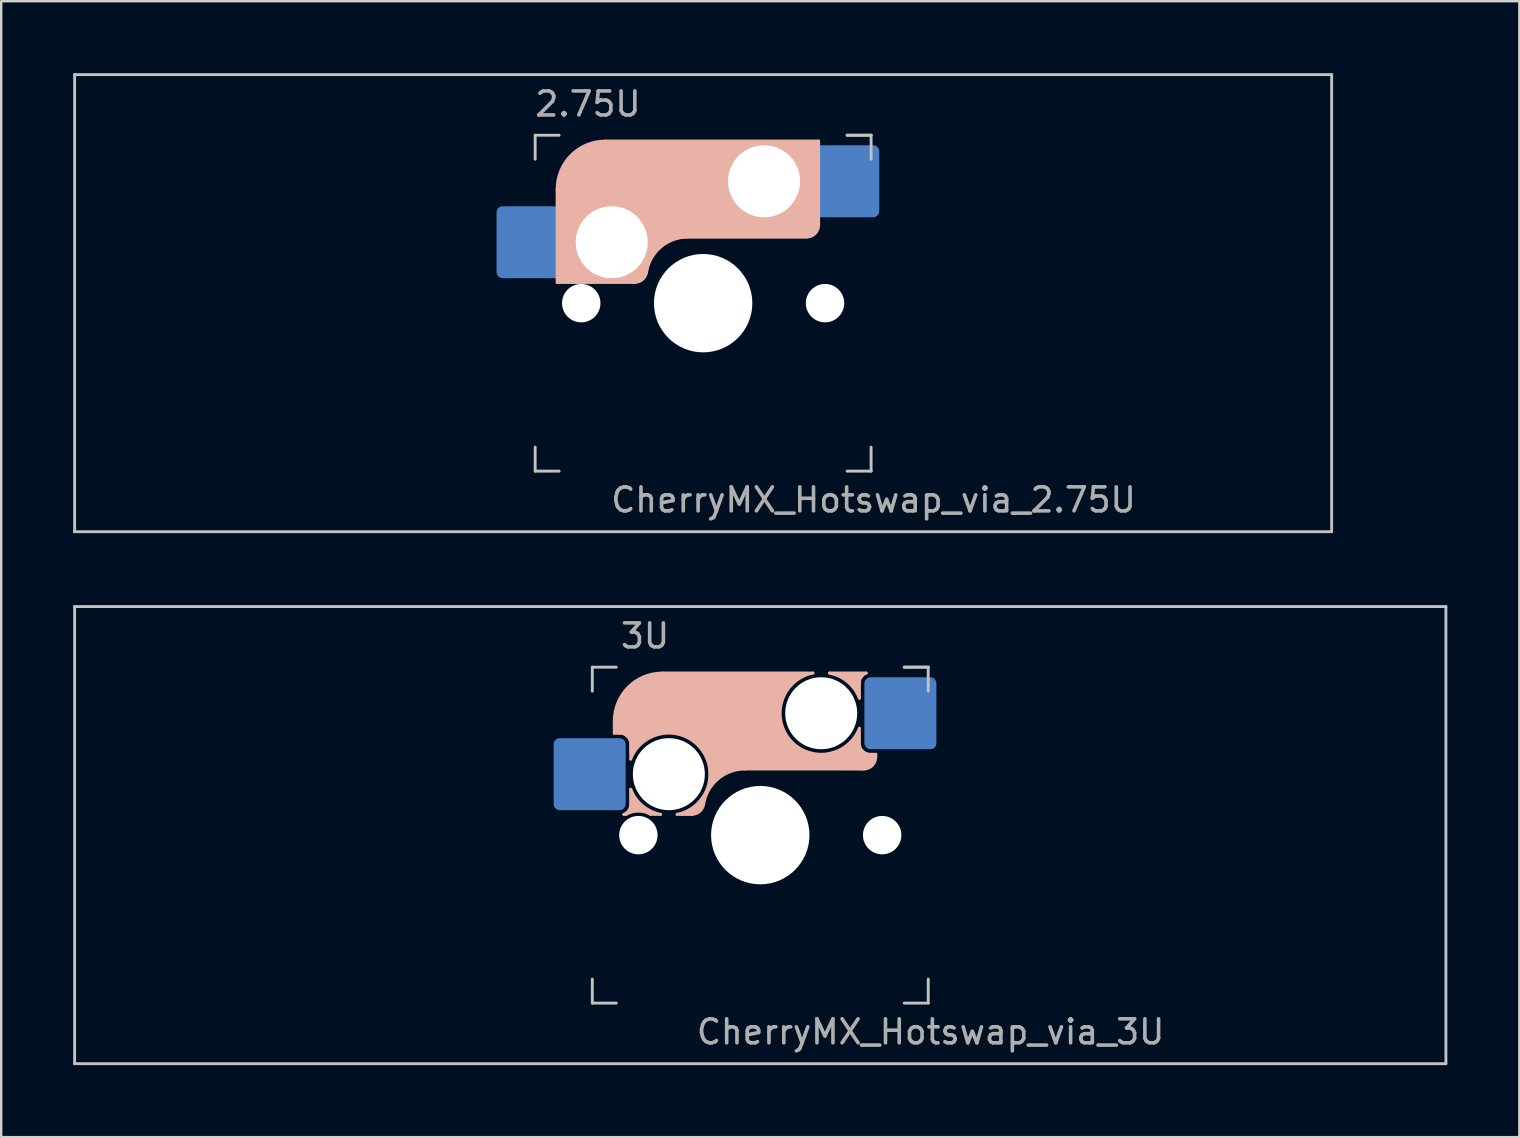
<source format=kicad_pcb>
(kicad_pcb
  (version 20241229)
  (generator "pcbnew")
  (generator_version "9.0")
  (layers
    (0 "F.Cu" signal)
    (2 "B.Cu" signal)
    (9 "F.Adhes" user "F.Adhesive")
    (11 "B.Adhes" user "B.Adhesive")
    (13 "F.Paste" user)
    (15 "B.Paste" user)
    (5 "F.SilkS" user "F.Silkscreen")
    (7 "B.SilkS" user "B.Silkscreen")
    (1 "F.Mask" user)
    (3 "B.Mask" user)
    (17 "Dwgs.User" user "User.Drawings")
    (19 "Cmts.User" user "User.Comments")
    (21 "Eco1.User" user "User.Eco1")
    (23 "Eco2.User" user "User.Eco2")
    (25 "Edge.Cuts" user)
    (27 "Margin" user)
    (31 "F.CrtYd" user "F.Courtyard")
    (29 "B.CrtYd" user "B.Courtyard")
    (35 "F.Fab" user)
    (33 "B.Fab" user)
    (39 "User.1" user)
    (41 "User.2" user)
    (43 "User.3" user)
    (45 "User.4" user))
  (footprint "CherryMX_Hotswap_via_3U"
    (layer "F.Cu")
    (at 28.635 31.755)
    (property "Reference" "CherryMX_Hotswap_via_3U" (at 7.1 8.2 0) (layer "F.Fab") (effects (font (size 1 1) (thickness 0.15))))
    (attr through_hole)
    (fp_line (start -6.085 -4.25) (end -6.085 -4.755) (stroke (width 0.12) (type solid)) (layer "B.SilkS"))
    (fp_line (start -6.085 -4.25) (end -5.859 -4.25) (stroke (width 0.12) (type solid)) (layer "B.SilkS"))
    (fp_line (start -5.683 -0.865) (end -5.588 -0.865) (stroke (width 0.12) (type solid)) (layer "B.SilkS"))
    (fp_line (start -5.4 -3.791) (end -5.4 -3.169) (stroke (width 0.12) (type solid)) (layer "B.SilkS"))
    (fp_line (start -5.4 -1.911) (end -5.4 -1.289) (stroke (width 0.12) (type solid)) (layer "B.SilkS"))
    (fp_line (start -4.154 -0.865) (end -4.572 -0.865) (stroke (width 0.12) (type solid)) (layer "B.SilkS"))
    (fp_line (start -4.085 -6.755) (end 2.196 -6.755) (stroke (width 0.12) (type solid)) (layer "B.SilkS"))
    (fp_line (start -2.852 -0.865) (end -3.466 -0.865) (stroke (width 0.12) (type solid)) (layer "B.SilkS"))
    (fp_line (start -0.635 -2.755) (end 4.315 -2.755) (stroke (width 0.12) (type solid)) (layer "B.SilkS"))
    (fp_line (start 4.13 -5.709) (end 4.13 -6.331) (stroke (width 0.12) (type solid)) (layer "B.SilkS"))
    (fp_line (start 4.13 -3.829) (end 4.13 -4.451) (stroke (width 0.12) (type solid)) (layer "B.SilkS"))
    (fp_line (start 4.413 -6.755) (end 2.884 -6.755) (stroke (width 0.12) (type solid)) (layer "B.SilkS"))
    (fp_line (start 4.6 -3.37) (end 4.815 -3.37) (stroke (width 0.12) (type solid)) (layer "B.SilkS"))
    (fp_line (start 4.815 -3.37) (end 4.815 -3.255) (stroke (width 0.12) (type solid)) (layer "B.SilkS"))
    (fp_arc (start -6.085 -4.755) (mid -5.499214 -6.169214) (end -4.085 -6.755) (stroke (width 0.12) (type solid)) (layer "B.SilkS"))
    (fp_arc (start -5.859 -4.25) (mid -5.534438 -4.115562) (end -5.4 -3.791) (stroke (width 0.12) (type solid)) (layer "B.SilkS"))
    (fp_arc (start -5.588109 -0.865) (mid -5.08 -1.003195) (end -4.571891 -0.865) (stroke (width 0.12) (type solid)) (layer "B.SilkS"))
    (fp_arc (start -5.4 -3.169286) (mid -2.500253 -3.639392) (end -3.465799 -0.865) (stroke (width 0.12) (type solid)) (layer "B.SilkS"))
    (fp_arc (start -5.4 -1.289) (mid -5.477311 -1.034059) (end -5.683202 -0.865) (stroke (width 0.12) (type solid)) (layer "B.SilkS"))
    (fp_arc (start -4.154201 -0.865) (mid -4.909392 -1.230253) (end -5.4 -1.910715) (stroke (width 0.12) (type solid)) (layer "B.SilkS"))
    (fp_arc (start -2.360959 -1.278326) (mid -1.770727 -2.335454) (end -0.635 -2.755) (stroke (width 0.12) (type solid)) (layer "B.SilkS"))
    (fp_arc (start -2.36 -1.278176) (mid -2.53101 -0.981978) (end -2.852404 -0.865) (stroke (width 0.12) (type solid)) (layer "B.SilkS"))
    (fp_arc (start 2.884201 -6.755) (mid 3.639392 -6.389747) (end 4.13 -5.709285) (stroke (width 0.12) (type solid)) (layer "B.SilkS"))
    (fp_arc (start 4.13 -6.331) (mid 4.207311 -6.585941) (end 4.413202 -6.755) (stroke (width 0.12) (type solid)) (layer "B.SilkS"))
    (fp_arc (start 4.13 -4.450718) (mid 1.230256 -3.980607) (end 2.195798 -6.754999) (stroke (width 0.12) (type solid)) (layer "B.SilkS"))
    (fp_arc (start 4.589 -3.37) (mid 4.264438 -3.504438) (end 4.13 -3.829) (stroke (width 0.12) (type solid)) (layer "B.SilkS"))
    (fp_arc (start 4.815 -3.255) (mid 4.668553 -2.901447) (end 4.315 -2.755) (stroke (width 0.12) (type solid)) (layer "B.SilkS"))
    (fp_poly (pts (xy -5.1 -1.3) (xy -5.4 -1.911) (xy -5.4 -1.289) (xy -5.4 -1) (xy -4.9 -1.003) (xy -4.363 -0.865)) (stroke (width 0.1) (type solid)) (fill yes) (layer "B.SilkS"))
    (fp_poly (pts (xy -3.3 -0.865) (xy -2.852 -0.865) (xy -2.531 -0.982) (xy -2.355 -1.314) (xy -2.355 -1.6) (xy -2.8 -1.1)) (stroke (width 0.1) (type solid)) (fill yes) (layer "B.SilkS"))
    (fp_poly (pts (xy 2.884 -6.755) (xy 4.413 -6.755) (xy 4.3 -6.7) (xy 4.13 -6.5) (xy 4.13 -5.709) (xy 4 -6.1) (xy 3.8 -6.3) (xy 3.4 -6.6)) (stroke (width 0.1) (type solid)) (fill yes) (layer "B.SilkS"))
    (fp_poly (pts (xy -4.085 -6.755) (xy -4.9 -6.5) (xy -5.499 -6.169) (xy -5.9 -5.4) (xy -6.085 -4.503) (xy -6.085 -4.25) (xy -5.7 -4.25) (xy -5.4 -4) (xy -5.4 -3.4) (xy -4.7 -4.1) (xy -3.9 -4.3) (xy -3.1 -4.2) (xy -2.6 -3.8) (xy -2.1 -3.1) (xy -2.1 -2.1) (xy -1.4 -2.7) (xy -0.9 -2.8) (xy 4.315 -2.755) (xy 4.7 -3) (xy 4.815 -3.37) (xy 4.3 -3.37) (xy 4.13 -3.6) (xy 4.13 -4.3) (xy 3.6 -3.6) (xy 2.5 -3.3) (xy 1.5 -3.6) (xy 0.9 -4.3) (xy 0.8 -5) (xy 0.8 -5.45) (xy 1 -6) (xy 1.5 -6.5) (xy 2 -6.755)) (stroke (width 0.1) (type solid)) (fill yes) (layer "B.SilkS"))
    (fp_line (start -28.575 -9.525) (end 28.575 -9.525) (stroke (width 0.12) (type solid)) (layer "Dwgs.User"))
    (fp_line (start -28.575 9.525) (end -28.575 -9.525) (stroke (width 0.12) (type solid)) (layer "Dwgs.User"))
    (fp_line (start -7 -7) (end -7 -6) (stroke (width 0.12) (type solid)) (layer "Dwgs.User"))
    (fp_line (start -7 -7) (end -6 -7) (stroke (width 0.12) (type solid)) (layer "Dwgs.User"))
    (fp_line (start -7 7) (end -7 6) (stroke (width 0.12) (type solid)) (layer "Dwgs.User"))
    (fp_line (start -7 7) (end -6 7) (stroke (width 0.12) (type solid)) (layer "Dwgs.User"))
    (fp_line (start 6 -7) (end 7 -7) (stroke (width 0.12) (type solid)) (layer "Dwgs.User"))
    (fp_line (start 7 -7) (end 6 -7) (stroke (width 0.12) (type solid)) (layer "Dwgs.User"))
    (fp_line (start 7 -7) (end 7 -6) (stroke (width 0.12) (type solid)) (layer "Dwgs.User"))
    (fp_line (start 7 7) (end 6 7) (stroke (width 0.12) (type solid)) (layer "Dwgs.User"))
    (fp_line (start 7 7) (end 7 6) (stroke (width 0.12) (type solid)) (layer "Dwgs.User"))
    (fp_line (start 28.575 -9.525) (end 28.575 9.525) (stroke (width 0.12) (type solid)) (layer "Dwgs.User"))
    (fp_line (start 28.575 9.525) (end -28.575 9.525) (stroke (width 0.12) (type solid)) (layer "Dwgs.User"))
    (fp_text user "3U" (at -4.8 -8.3 0) (layer "F.Fab") (effects (font (size 1 1) (thickness 0.15))))
    (pad "" np_thru_hole circle (at -5.08 0) (size 1.6 1.6) (drill 1.6) (layers "*.Cu" "*.Mask"))
    (pad "" np_thru_hole circle (at -3.81 -2.54) (size 3 3) (drill 3) (layers "*.Cu" "*.Mask"))
    (pad "" np_thru_hole circle (at 0 0) (size 4.1 4.1) (drill 4.1) (layers "*.Cu" "*.Mask"))
    (pad "" np_thru_hole circle (at 2.54 -5.08) (size 3 3) (drill 3) (layers "*.Cu" "*.Mask"))
    (pad "" np_thru_hole circle (at 5.08 0) (size 1.6 1.6) (drill 1.6) (layers "*.Cu" "*.Mask"))
    (pad "1" smd roundrect (at -7.11 -2.54) (size 3 3) (layers "B.Cu" "B.Mask" "B.Paste") (roundrect_rratio 0.083))
    (pad "2" smd roundrect (at 5.84 -5.08) (size 3 3) (layers "B.Cu" "B.Mask" "B.Paste") (roundrect_rratio 0.083)))
  (footprint "CherryMX_Hotswap_via_2.75U"
    (layer "F.Cu")
    (at 26.254 9.585)
    (property "Reference" "CherryMX_Hotswap_via_2.75U" (at 7.1 8.2 0) (layer "F.Fab") (effects (font (size 1 1) (thickness 0.15))))
    (attr through_hole)
    (fp_line (start -6.085 -0.865) (end -6.085 -4.755) (stroke (width 0.12) (type solid)) (layer "B.SilkS"))
    (fp_line (start -4.085 -6.755) (end 4.815 -6.755) (stroke (width 0.12) (type solid)) (layer "B.SilkS"))
    (fp_line (start -2.852 -0.865) (end -6.085 -0.865) (stroke (width 0.12) (type solid)) (layer "B.SilkS"))
    (fp_line (start -0.635 -2.755) (end 4.315 -2.755) (stroke (width 0.12) (type solid)) (layer "B.SilkS"))
    (fp_line (start 4.815 -6.755) (end 4.815 -3.255) (stroke (width 0.12) (type solid)) (layer "B.SilkS"))
    (fp_arc (start -6.085 -4.755) (mid -5.499214 -6.169214) (end -4.085 -6.755) (stroke (width 0.12) (type solid)) (layer "B.SilkS"))
    (fp_arc (start -2.360959 -1.278326) (mid -1.770727 -2.335454) (end -0.635 -2.755) (stroke (width 0.12) (type solid)) (layer "B.SilkS"))
    (fp_arc (start -2.36 -1.278176) (mid -2.53101 -0.981978) (end -2.852404 -0.865) (stroke (width 0.12) (type solid)) (layer "B.SilkS"))
    (fp_arc (start 4.815 -3.255) (mid 4.668553 -2.901447) (end 4.315 -2.755) (stroke (width 0.12) (type solid)) (layer "B.SilkS"))
    (fp_poly (pts (xy 4.815 -3.255) (xy 4.633 -2.937) (xy 4.315 -2.755) (xy -0.635 -2.755) (xy -1.259 -2.696) (xy -1.805 -2.376) (xy -2.207 -1.885) (xy -2.361 -1.278) (xy -2.563 -1.02) (xy -2.852 -0.865) (xy -6.085 -0.865) (xy -6.085 -4.755) (xy -5.887 -5.501) (xy -5.464 -6.134) (xy -4.831 -6.557) (xy -4.085 -6.755) (xy 4.815 -6.755)) (stroke (width 0.1) (type solid)) (fill yes) (layer "B.SilkS"))
    (fp_line (start -26.194 -9.525) (end 26.194 -9.525) (stroke (width 0.12) (type solid)) (layer "Dwgs.User"))
    (fp_line (start -26.194 9.525) (end -26.194 -9.525) (stroke (width 0.12) (type solid)) (layer "Dwgs.User"))
    (fp_line (start -7 -7) (end -7 -6) (stroke (width 0.12) (type solid)) (layer "Dwgs.User"))
    (fp_line (start -7 -7) (end -6 -7) (stroke (width 0.12) (type solid)) (layer "Dwgs.User"))
    (fp_line (start -7 7) (end -7 6) (stroke (width 0.12) (type solid)) (layer "Dwgs.User"))
    (fp_line (start -7 7) (end -6 7) (stroke (width 0.12) (type solid)) (layer "Dwgs.User"))
    (fp_line (start 6 -7) (end 7 -7) (stroke (width 0.12) (type solid)) (layer "Dwgs.User"))
    (fp_line (start 7 -7) (end 6 -7) (stroke (width 0.12) (type solid)) (layer "Dwgs.User"))
    (fp_line (start 7 -7) (end 7 -6) (stroke (width 0.12) (type solid)) (layer "Dwgs.User"))
    (fp_line (start 7 7) (end 6 7) (stroke (width 0.12) (type solid)) (layer "Dwgs.User"))
    (fp_line (start 7 7) (end 7 6) (stroke (width 0.12) (type solid)) (layer "Dwgs.User"))
    (fp_line (start 26.194 -9.525) (end 26.194 9.525) (stroke (width 0.12) (type solid)) (layer "Dwgs.User"))
    (fp_line (start 26.194 9.525) (end -26.194 9.525) (stroke (width 0.12) (type solid)) (layer "Dwgs.User"))
    (fp_text user "2.75U" (at -4.8 -8.3 0) (layer "F.Fab") (effects (font (size 1 1) (thickness 0.15))))
    (pad "" np_thru_hole circle (at -5.08 0) (size 1.6 1.6) (drill 1.6) (layers "*.Cu" "*.Mask"))
    (pad "" np_thru_hole circle (at -3.81 -2.54) (size 3 3) (drill 3) (layers "*.Cu" "*.Mask"))
    (pad "" np_thru_hole circle (at 0 0) (size 4.1 4.1) (drill 4.1) (layers "*.Cu" "*.Mask"))
    (pad "" np_thru_hole circle (at 2.54 -5.08) (size 3 3) (drill 3) (layers "*.Cu" "*.Mask"))
    (pad "" np_thru_hole circle (at 5.08 0) (size 1.6 1.6) (drill 1.6) (layers "*.Cu" "*.Mask"))
    (pad "1" smd roundrect (at -7.11 -2.54) (size 3 3) (layers "B.Cu") (roundrect_rratio 0.083))
    (pad "2" smd roundrect (at 5.84 -5.08 180) (size 3 3) (layers "B.Cu") (roundrect_rratio 0.083)))
  (gr_rect
    (start -3 -3)
    (end 60.27 44.34)
    (stroke (width 0.1) (type default))
    (fill no)
    (layer "Edge.Cuts")))
</source>
